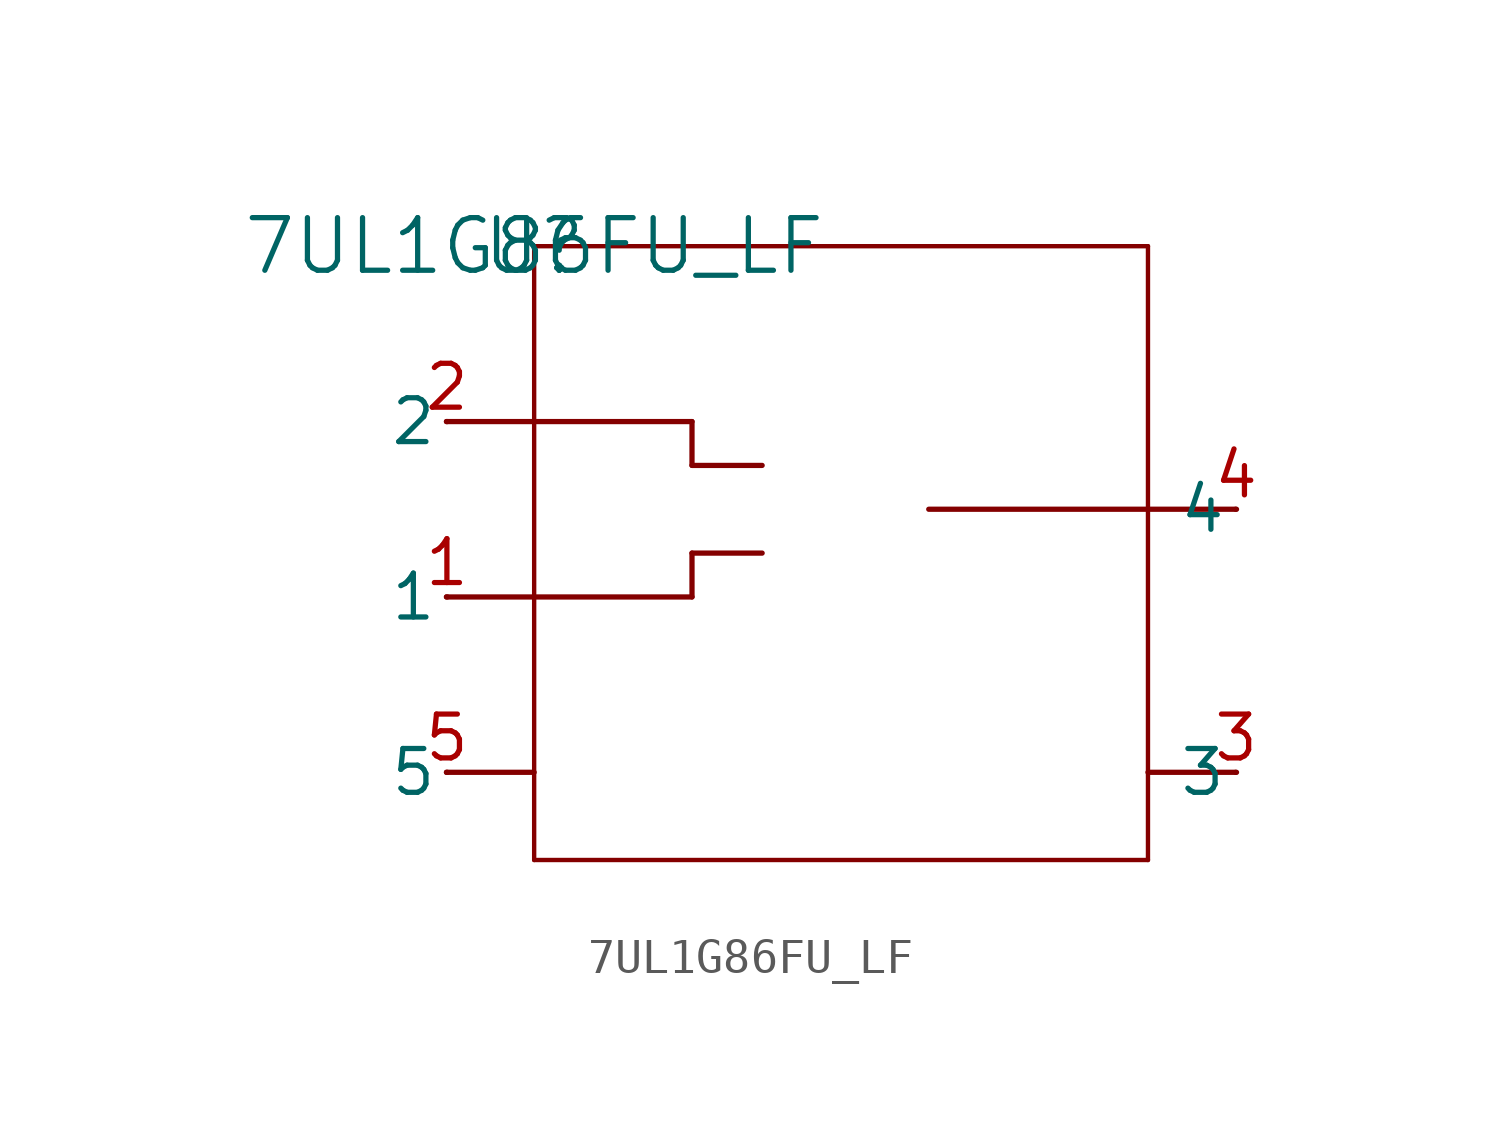
<source format=kicad_sym>
(kicad_symbol_lib
  (version 20211014)
  (generator kicad_symbol_editor)
  (symbol "7UL1G86FU_LF"
    (pin_names
      (offset 0.254))
    (property "Reference" "U"
      (at 0 0 0)
      (effects (font (size 1.524 1.524))))
    (property "Value" "7UL1G86FU_LF"
      (at 0 0 0)
      (effects (font (size 1.524 1.524))))
    (symbol "7UL1G86FU_LF_0_1"
      (polyline (pts (xy 4.572 -8.89) (xy 6.604 -8.89)) (stroke (width 0) (type default) (color 0 0 0 0)) (fill (type none)))
      (polyline (pts (xy -2.54 -10.16) (xy 0 -10.16)) (stroke (width 0) (type default) (color 0 0 0 0)) (fill (type none)))
      (polyline (pts (xy -2.54 -5.08) (xy 0 -5.08)) (stroke (width 0) (type default) (color 0 0 0 0)) (fill (type none)))
      (polyline (pts (xy -2.54 -15.24) (xy 0 -15.24)) (stroke (width 0) (type default) (color 0 0 0 0)) (fill (type none)))
      (polyline (pts (xy 20.32 -7.62) (xy 17.78 -7.62)) (stroke (width 0) (type default) (color 0 0 0 0)) (fill (type none)))
      (polyline (pts (xy 20.32 -15.24) (xy 17.78 -15.24)) (stroke (width 0) (type default) (color 0 0 0 0)) (fill (type none)))
      (polyline (pts (xy 0 -17.78) (xy 0 0)) (stroke (width 0.127) (type default) (color 0 0 0 0)) (fill (type none)))
      (polyline (pts (xy 0 0) (xy 17.78 0)) (stroke (width 0.127) (type default) (color 0 0 0 0)) (fill (type none)))
      (polyline (pts (xy 17.78 0) (xy 17.78 -17.78)) (stroke (width 0.127) (type default) (color 0 0 0 0)) (fill (type none)))
      (polyline (pts (xy 17.78 -17.78) (xy 0 -17.78)) (stroke (width 0.127) (type default) (color 0 0 0 0)) (fill (type none)))
      (polyline (pts (xy 11.43 -7.62) (xy 17.78 -7.62)) (stroke (width 0) (type default) (color 0 0 0 0)) (fill (type none)))
      (polyline (pts (xy 0 -5.08) (xy 4.572 -5.08)) (stroke (width 0) (type default) (color 0 0 0 0)) (fill (type none)))
      (polyline (pts (xy 4.572 -5.08) (xy 4.572 -6.35)) (stroke (width 0) (type default) (color 0 0 0 0)) (fill (type none)))
      (polyline (pts (xy 0 -10.16) (xy 4.572 -10.16)) (stroke (width 0) (type default) (color 0 0 0 0)) (fill (type none)))
      (polyline (pts (xy 4.572 -8.89) (xy 4.572 -10.16)) (stroke (width 0) (type default) (color 0 0 0 0)) (fill (type none)))
      (polyline (pts (xy 4.572 -6.35) (xy 6.604 -6.35)) (stroke (width 0) (type default) (color 0 0 0 0)) (fill (type none)))
      (pin unspecified line (at -2.515 -10.16 180) (length 0.025) (name "1" (effects (font (size 1.27 1.27)))) (number "1" (effects (font (size 1.27 1.27)))))
      (pin unspecified line (at -2.515 -5.08 180) (length 0.025) (name "2" (effects (font (size 1.27 1.27)))) (number "2" (effects (font (size 1.27 1.27)))))
      (pin unspecified line (at 20.345 -15.24 180) (length 0.025) (name "3" (effects (font (size 1.27 1.27)))) (number "3" (effects (font (size 1.27 1.27)))))
      (pin unspecified line (at 20.345 -7.62 180) (length 0.025) (name "4" (effects (font (size 1.27 1.27)))) (number "4" (effects (font (size 1.27 1.27)))))
      (pin unspecified line (at -2.515 -15.24 180) (length 0.025) (name "5" (effects (font (size 1.27 1.27)))) (number "5" (effects (font (size 1.27 1.27))))))))
</source>
